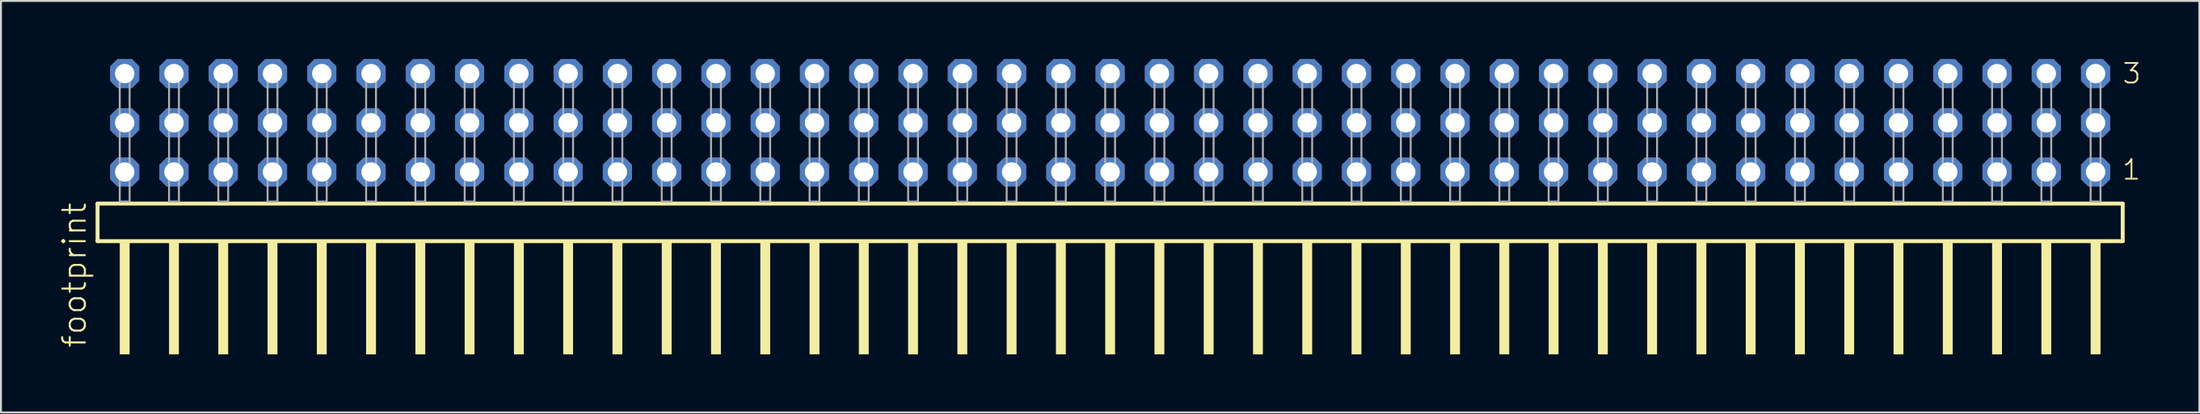
<source format=kicad_pcb>
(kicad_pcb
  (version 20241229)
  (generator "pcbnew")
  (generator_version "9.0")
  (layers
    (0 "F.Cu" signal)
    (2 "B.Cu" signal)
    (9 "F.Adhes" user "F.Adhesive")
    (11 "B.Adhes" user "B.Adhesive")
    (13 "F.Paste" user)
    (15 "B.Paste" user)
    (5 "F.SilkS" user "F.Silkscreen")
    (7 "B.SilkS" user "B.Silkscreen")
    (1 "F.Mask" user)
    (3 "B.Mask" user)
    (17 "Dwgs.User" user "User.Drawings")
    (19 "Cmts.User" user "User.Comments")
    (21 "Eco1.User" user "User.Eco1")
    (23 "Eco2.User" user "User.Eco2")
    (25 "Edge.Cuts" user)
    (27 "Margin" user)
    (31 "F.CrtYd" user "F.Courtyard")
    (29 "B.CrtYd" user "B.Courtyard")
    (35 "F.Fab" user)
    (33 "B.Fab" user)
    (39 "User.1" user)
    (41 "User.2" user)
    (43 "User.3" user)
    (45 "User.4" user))
  (footprint "footprint"
    (layer "F.Cu")
    (at 54.178 7.354)
    (property "Reference" "footprint" (at -52.705 7.62 90) (layer "F.SilkS") (effects (font (size 1.168 1.168) (thickness 0.102)) (justify left bottom)))
    (fp_line (start -52.199 0.106) (end -52.199 2.046) (stroke (width 0.203) (type solid)) (layer "F.SilkS"))
    (fp_line (start -52.199 2.046) (end 52.199 2.046) (stroke (width 0.203) (type solid)) (layer "F.SilkS"))
    (fp_line (start 52.199 0.106) (end -52.199 0.106) (stroke (width 0.203) (type solid)) (layer "F.SilkS"))
    (fp_line (start 52.199 2.046) (end 52.199 0.106) (stroke (width 0.203) (type solid)) (layer "F.SilkS"))
    (fp_poly (pts (xy -51.054 7.89) (xy -50.546 7.89) (xy -50.546 2.04) (xy -51.054 2.04)) (stroke (width 0) (type solid)) (fill yes) (layer "F.SilkS"))
    (fp_poly (pts (xy -48.514 7.89) (xy -48.006 7.89) (xy -48.006 2.04) (xy -48.514 2.04)) (stroke (width 0) (type solid)) (fill yes) (layer "F.SilkS"))
    (fp_poly (pts (xy -45.974 7.89) (xy -45.466 7.89) (xy -45.466 2.04) (xy -45.974 2.04)) (stroke (width 0) (type solid)) (fill yes) (layer "F.SilkS"))
    (fp_poly (pts (xy -43.434 7.89) (xy -42.926 7.89) (xy -42.926 2.04) (xy -43.434 2.04)) (stroke (width 0) (type solid)) (fill yes) (layer "F.SilkS"))
    (fp_poly (pts (xy -40.894 7.89) (xy -40.386 7.89) (xy -40.386 2.04) (xy -40.894 2.04)) (stroke (width 0) (type solid)) (fill yes) (layer "F.SilkS"))
    (fp_poly (pts (xy -38.354 7.89) (xy -37.846 7.89) (xy -37.846 2.04) (xy -38.354 2.04)) (stroke (width 0) (type solid)) (fill yes) (layer "F.SilkS"))
    (fp_poly (pts (xy -35.814 7.89) (xy -35.306 7.89) (xy -35.306 2.04) (xy -35.814 2.04)) (stroke (width 0) (type solid)) (fill yes) (layer "F.SilkS"))
    (fp_poly (pts (xy -33.274 7.89) (xy -32.766 7.89) (xy -32.766 2.04) (xy -33.274 2.04)) (stroke (width 0) (type solid)) (fill yes) (layer "F.SilkS"))
    (fp_poly (pts (xy -30.734 7.89) (xy -30.226 7.89) (xy -30.226 2.04) (xy -30.734 2.04)) (stroke (width 0) (type solid)) (fill yes) (layer "F.SilkS"))
    (fp_poly (pts (xy -28.194 7.89) (xy -27.686 7.89) (xy -27.686 2.04) (xy -28.194 2.04)) (stroke (width 0) (type solid)) (fill yes) (layer "F.SilkS"))
    (fp_poly (pts (xy -25.654 7.89) (xy -25.146 7.89) (xy -25.146 2.04) (xy -25.654 2.04)) (stroke (width 0) (type solid)) (fill yes) (layer "F.SilkS"))
    (fp_poly (pts (xy -23.114 7.89) (xy -22.606 7.89) (xy -22.606 2.04) (xy -23.114 2.04)) (stroke (width 0) (type solid)) (fill yes) (layer "F.SilkS"))
    (fp_poly (pts (xy -20.574 7.89) (xy -20.066 7.89) (xy -20.066 2.04) (xy -20.574 2.04)) (stroke (width 0) (type solid)) (fill yes) (layer "F.SilkS"))
    (fp_poly (pts (xy -18.034 7.89) (xy -17.526 7.89) (xy -17.526 2.04) (xy -18.034 2.04)) (stroke (width 0) (type solid)) (fill yes) (layer "F.SilkS"))
    (fp_poly (pts (xy -15.494 7.89) (xy -14.986 7.89) (xy -14.986 2.04) (xy -15.494 2.04)) (stroke (width 0) (type solid)) (fill yes) (layer "F.SilkS"))
    (fp_poly (pts (xy -12.954 7.89) (xy -12.446 7.89) (xy -12.446 2.04) (xy -12.954 2.04)) (stroke (width 0) (type solid)) (fill yes) (layer "F.SilkS"))
    (fp_poly (pts (xy -10.414 7.89) (xy -9.906 7.89) (xy -9.906 2.04) (xy -10.414 2.04)) (stroke (width 0) (type solid)) (fill yes) (layer "F.SilkS"))
    (fp_poly (pts (xy -7.874 7.89) (xy -7.366 7.89) (xy -7.366 2.04) (xy -7.874 2.04)) (stroke (width 0) (type solid)) (fill yes) (layer "F.SilkS"))
    (fp_poly (pts (xy -5.334 7.89) (xy -4.826 7.89) (xy -4.826 2.04) (xy -5.334 2.04)) (stroke (width 0) (type solid)) (fill yes) (layer "F.SilkS"))
    (fp_poly (pts (xy -2.794 7.89) (xy -2.286 7.89) (xy -2.286 2.04) (xy -2.794 2.04)) (stroke (width 0) (type solid)) (fill yes) (layer "F.SilkS"))
    (fp_poly (pts (xy -0.254 7.89) (xy 0.254 7.89) (xy 0.254 2.04) (xy -0.254 2.04)) (stroke (width 0) (type solid)) (fill yes) (layer "F.SilkS"))
    (fp_poly (pts (xy 2.286 7.89) (xy 2.794 7.89) (xy 2.794 2.04) (xy 2.286 2.04)) (stroke (width 0) (type solid)) (fill yes) (layer "F.SilkS"))
    (fp_poly (pts (xy 4.826 7.89) (xy 5.334 7.89) (xy 5.334 2.04) (xy 4.826 2.04)) (stroke (width 0) (type solid)) (fill yes) (layer "F.SilkS"))
    (fp_poly (pts (xy 7.366 7.89) (xy 7.874 7.89) (xy 7.874 2.04) (xy 7.366 2.04)) (stroke (width 0) (type solid)) (fill yes) (layer "F.SilkS"))
    (fp_poly (pts (xy 9.906 7.89) (xy 10.414 7.89) (xy 10.414 2.04) (xy 9.906 2.04)) (stroke (width 0) (type solid)) (fill yes) (layer "F.SilkS"))
    (fp_poly (pts (xy 12.446 7.89) (xy 12.954 7.89) (xy 12.954 2.04) (xy 12.446 2.04)) (stroke (width 0) (type solid)) (fill yes) (layer "F.SilkS"))
    (fp_poly (pts (xy 14.986 7.89) (xy 15.494 7.89) (xy 15.494 2.04) (xy 14.986 2.04)) (stroke (width 0) (type solid)) (fill yes) (layer "F.SilkS"))
    (fp_poly (pts (xy 17.526 7.89) (xy 18.034 7.89) (xy 18.034 2.04) (xy 17.526 2.04)) (stroke (width 0) (type solid)) (fill yes) (layer "F.SilkS"))
    (fp_poly (pts (xy 20.066 7.89) (xy 20.574 7.89) (xy 20.574 2.04) (xy 20.066 2.04)) (stroke (width 0) (type solid)) (fill yes) (layer "F.SilkS"))
    (fp_poly (pts (xy 22.606 7.89) (xy 23.114 7.89) (xy 23.114 2.04) (xy 22.606 2.04)) (stroke (width 0) (type solid)) (fill yes) (layer "F.SilkS"))
    (fp_poly (pts (xy 25.146 7.89) (xy 25.654 7.89) (xy 25.654 2.04) (xy 25.146 2.04)) (stroke (width 0) (type solid)) (fill yes) (layer "F.SilkS"))
    (fp_poly (pts (xy 27.686 7.89) (xy 28.194 7.89) (xy 28.194 2.04) (xy 27.686 2.04)) (stroke (width 0) (type solid)) (fill yes) (layer "F.SilkS"))
    (fp_poly (pts (xy 30.226 7.89) (xy 30.734 7.89) (xy 30.734 2.04) (xy 30.226 2.04)) (stroke (width 0) (type solid)) (fill yes) (layer "F.SilkS"))
    (fp_poly (pts (xy 32.766 7.89) (xy 33.274 7.89) (xy 33.274 2.04) (xy 32.766 2.04)) (stroke (width 0) (type solid)) (fill yes) (layer "F.SilkS"))
    (fp_poly (pts (xy 35.306 7.89) (xy 35.814 7.89) (xy 35.814 2.04) (xy 35.306 2.04)) (stroke (width 0) (type solid)) (fill yes) (layer "F.SilkS"))
    (fp_poly (pts (xy 37.846 7.89) (xy 38.354 7.89) (xy 38.354 2.04) (xy 37.846 2.04)) (stroke (width 0) (type solid)) (fill yes) (layer "F.SilkS"))
    (fp_poly (pts (xy 40.386 7.89) (xy 40.894 7.89) (xy 40.894 2.04) (xy 40.386 2.04)) (stroke (width 0) (type solid)) (fill yes) (layer "F.SilkS"))
    (fp_poly (pts (xy 42.926 7.89) (xy 43.434 7.89) (xy 43.434 2.04) (xy 42.926 2.04)) (stroke (width 0) (type solid)) (fill yes) (layer "F.SilkS"))
    (fp_poly (pts (xy 45.466 7.89) (xy 45.974 7.89) (xy 45.974 2.04) (xy 45.466 2.04)) (stroke (width 0) (type solid)) (fill yes) (layer "F.SilkS"))
    (fp_poly (pts (xy 48.006 7.89) (xy 48.514 7.89) (xy 48.514 2.04) (xy 48.006 2.04)) (stroke (width 0) (type solid)) (fill yes) (layer "F.SilkS"))
    (fp_poly (pts (xy 50.546 7.89) (xy 51.054 7.89) (xy 51.054 2.04) (xy 50.546 2.04)) (stroke (width 0) (type solid)) (fill yes) (layer "F.SilkS"))
    (fp_poly (pts (xy -51.054 0) (xy -50.546 0) (xy -50.546 -6.858) (xy -51.054 -6.858)) (stroke (width 0.1) (type solid)) (fill no) (layer "F.Fab"))
    (fp_poly (pts (xy -48.514 0) (xy -48.006 0) (xy -48.006 -6.858) (xy -48.514 -6.858)) (stroke (width 0.1) (type solid)) (fill no) (layer "F.Fab"))
    (fp_poly (pts (xy -45.974 0) (xy -45.466 0) (xy -45.466 -6.858) (xy -45.974 -6.858)) (stroke (width 0.1) (type solid)) (fill no) (layer "F.Fab"))
    (fp_poly (pts (xy -43.434 0) (xy -42.926 0) (xy -42.926 -6.858) (xy -43.434 -6.858)) (stroke (width 0.1) (type solid)) (fill no) (layer "F.Fab"))
    (fp_poly (pts (xy -40.894 0) (xy -40.386 0) (xy -40.386 -6.858) (xy -40.894 -6.858)) (stroke (width 0.1) (type solid)) (fill no) (layer "F.Fab"))
    (fp_poly (pts (xy -38.354 0) (xy -37.846 0) (xy -37.846 -6.858) (xy -38.354 -6.858)) (stroke (width 0.1) (type solid)) (fill no) (layer "F.Fab"))
    (fp_poly (pts (xy -35.814 0) (xy -35.306 0) (xy -35.306 -6.858) (xy -35.814 -6.858)) (stroke (width 0.1) (type solid)) (fill no) (layer "F.Fab"))
    (fp_poly (pts (xy -33.274 0) (xy -32.766 0) (xy -32.766 -6.858) (xy -33.274 -6.858)) (stroke (width 0.1) (type solid)) (fill no) (layer "F.Fab"))
    (fp_poly (pts (xy -30.734 0) (xy -30.226 0) (xy -30.226 -6.858) (xy -30.734 -6.858)) (stroke (width 0.1) (type solid)) (fill no) (layer "F.Fab"))
    (fp_poly (pts (xy -28.194 0) (xy -27.686 0) (xy -27.686 -6.858) (xy -28.194 -6.858)) (stroke (width 0.1) (type solid)) (fill no) (layer "F.Fab"))
    (fp_poly (pts (xy -25.654 0) (xy -25.146 0) (xy -25.146 -6.858) (xy -25.654 -6.858)) (stroke (width 0.1) (type solid)) (fill no) (layer "F.Fab"))
    (fp_poly (pts (xy -23.114 0) (xy -22.606 0) (xy -22.606 -6.858) (xy -23.114 -6.858)) (stroke (width 0.1) (type solid)) (fill no) (layer "F.Fab"))
    (fp_poly (pts (xy -20.574 0) (xy -20.066 0) (xy -20.066 -6.858) (xy -20.574 -6.858)) (stroke (width 0.1) (type solid)) (fill no) (layer "F.Fab"))
    (fp_poly (pts (xy -18.034 0) (xy -17.526 0) (xy -17.526 -6.858) (xy -18.034 -6.858)) (stroke (width 0.1) (type solid)) (fill no) (layer "F.Fab"))
    (fp_poly (pts (xy -15.494 0) (xy -14.986 0) (xy -14.986 -6.858) (xy -15.494 -6.858)) (stroke (width 0.1) (type solid)) (fill no) (layer "F.Fab"))
    (fp_poly (pts (xy -12.954 0) (xy -12.446 0) (xy -12.446 -6.858) (xy -12.954 -6.858)) (stroke (width 0.1) (type solid)) (fill no) (layer "F.Fab"))
    (fp_poly (pts (xy -10.414 0) (xy -9.906 0) (xy -9.906 -6.858) (xy -10.414 -6.858)) (stroke (width 0.1) (type solid)) (fill no) (layer "F.Fab"))
    (fp_poly (pts (xy -7.874 0) (xy -7.366 0) (xy -7.366 -6.858) (xy -7.874 -6.858)) (stroke (width 0.1) (type solid)) (fill no) (layer "F.Fab"))
    (fp_poly (pts (xy -5.334 0) (xy -4.826 0) (xy -4.826 -6.858) (xy -5.334 -6.858)) (stroke (width 0.1) (type solid)) (fill no) (layer "F.Fab"))
    (fp_poly (pts (xy -2.794 0) (xy -2.286 0) (xy -2.286 -6.858) (xy -2.794 -6.858)) (stroke (width 0.1) (type solid)) (fill no) (layer "F.Fab"))
    (fp_poly (pts (xy -0.254 0) (xy 0.254 0) (xy 0.254 -6.858) (xy -0.254 -6.858)) (stroke (width 0.1) (type solid)) (fill no) (layer "F.Fab"))
    (fp_poly (pts (xy 2.286 0) (xy 2.794 0) (xy 2.794 -6.858) (xy 2.286 -6.858)) (stroke (width 0.1) (type solid)) (fill no) (layer "F.Fab"))
    (fp_poly (pts (xy 4.826 0) (xy 5.334 0) (xy 5.334 -6.858) (xy 4.826 -6.858)) (stroke (width 0.1) (type solid)) (fill no) (layer "F.Fab"))
    (fp_poly (pts (xy 7.366 0) (xy 7.874 0) (xy 7.874 -6.858) (xy 7.366 -6.858)) (stroke (width 0.1) (type solid)) (fill no) (layer "F.Fab"))
    (fp_poly (pts (xy 9.906 0) (xy 10.414 0) (xy 10.414 -6.858) (xy 9.906 -6.858)) (stroke (width 0.1) (type solid)) (fill no) (layer "F.Fab"))
    (fp_poly (pts (xy 12.446 0) (xy 12.954 0) (xy 12.954 -6.858) (xy 12.446 -6.858)) (stroke (width 0.1) (type solid)) (fill no) (layer "F.Fab"))
    (fp_poly (pts (xy 14.986 0) (xy 15.494 0) (xy 15.494 -6.858) (xy 14.986 -6.858)) (stroke (width 0.1) (type solid)) (fill no) (layer "F.Fab"))
    (fp_poly (pts (xy 17.526 0) (xy 18.034 0) (xy 18.034 -6.858) (xy 17.526 -6.858)) (stroke (width 0.1) (type solid)) (fill no) (layer "F.Fab"))
    (fp_poly (pts (xy 20.066 0) (xy 20.574 0) (xy 20.574 -6.858) (xy 20.066 -6.858)) (stroke (width 0.1) (type solid)) (fill no) (layer "F.Fab"))
    (fp_poly (pts (xy 22.606 0) (xy 23.114 0) (xy 23.114 -6.858) (xy 22.606 -6.858)) (stroke (width 0.1) (type solid)) (fill no) (layer "F.Fab"))
    (fp_poly (pts (xy 25.146 0) (xy 25.654 0) (xy 25.654 -6.858) (xy 25.146 -6.858)) (stroke (width 0.1) (type solid)) (fill no) (layer "F.Fab"))
    (fp_poly (pts (xy 27.686 0) (xy 28.194 0) (xy 28.194 -6.858) (xy 27.686 -6.858)) (stroke (width 0.1) (type solid)) (fill no) (layer "F.Fab"))
    (fp_poly (pts (xy 30.226 0) (xy 30.734 0) (xy 30.734 -6.858) (xy 30.226 -6.858)) (stroke (width 0.1) (type solid)) (fill no) (layer "F.Fab"))
    (fp_poly (pts (xy 32.766 0) (xy 33.274 0) (xy 33.274 -6.858) (xy 32.766 -6.858)) (stroke (width 0.1) (type solid)) (fill no) (layer "F.Fab"))
    (fp_poly (pts (xy 35.306 0) (xy 35.814 0) (xy 35.814 -6.858) (xy 35.306 -6.858)) (stroke (width 0.1) (type solid)) (fill no) (layer "F.Fab"))
    (fp_poly (pts (xy 37.846 0) (xy 38.354 0) (xy 38.354 -6.858) (xy 37.846 -6.858)) (stroke (width 0.1) (type solid)) (fill no) (layer "F.Fab"))
    (fp_poly (pts (xy 40.386 0) (xy 40.894 0) (xy 40.894 -6.858) (xy 40.386 -6.858)) (stroke (width 0.1) (type solid)) (fill no) (layer "F.Fab"))
    (fp_poly (pts (xy 42.926 0) (xy 43.434 0) (xy 43.434 -6.858) (xy 42.926 -6.858)) (stroke (width 0.1) (type solid)) (fill no) (layer "F.Fab"))
    (fp_poly (pts (xy 45.466 0) (xy 45.974 0) (xy 45.974 -6.858) (xy 45.466 -6.858)) (stroke (width 0.1) (type solid)) (fill no) (layer "F.Fab"))
    (fp_poly (pts (xy 48.006 0) (xy 48.514 0) (xy 48.514 -6.858) (xy 48.006 -6.858)) (stroke (width 0.1) (type solid)) (fill no) (layer "F.Fab"))
    (fp_poly (pts (xy 50.546 0) (xy 51.054 0) (xy 51.054 -6.858) (xy 50.546 -6.858)) (stroke (width 0.1) (type solid)) (fill no) (layer "F.Fab"))
    (fp_text user "1" (at 52.11 -1.05 0) (layer "F.SilkS") (effects (font (size 1.012 1.012) (thickness 0.088)) (justify left bottom)))
    (fp_text user "3" (at 52.125 -6.015 0) (layer "F.SilkS") (effects (font (size 1.012 1.012) (thickness 0.088)) (justify left bottom)))
    (pad "1" thru_hole roundrect (at 50.8 -1.524 180) (size 1.5 1.5) (drill 1) (layers "*.Cu" "*.Mask") (roundrect_rratio 0.25) (chamfer_ratio 0.25) (chamfer top_left top_right bottom_left bottom_right))
    (pad "2" thru_hole roundrect (at 50.8 -4.064 180) (size 1.5 1.5) (drill 1) (layers "*.Cu" "*.Mask") (roundrect_rratio 0.25) (chamfer_ratio 0.25) (chamfer top_left top_right bottom_left bottom_right))
    (pad "3" thru_hole roundrect (at 50.8 -6.604 180) (size 1.5 1.5) (drill 1) (layers "*.Cu" "*.Mask") (roundrect_rratio 0.25) (chamfer_ratio 0.25) (chamfer top_left top_right bottom_left bottom_right))
    (pad "4" thru_hole roundrect (at 48.26 -1.524 180) (size 1.5 1.5) (drill 1) (layers "*.Cu" "*.Mask") (roundrect_rratio 0.25) (chamfer_ratio 0.25) (chamfer top_left top_right bottom_left bottom_right))
    (pad "5" thru_hole roundrect (at 48.26 -4.064 180) (size 1.5 1.5) (drill 1) (layers "*.Cu" "*.Mask") (roundrect_rratio 0.25) (chamfer_ratio 0.25) (chamfer top_left top_right bottom_left bottom_right))
    (pad "6" thru_hole roundrect (at 48.26 -6.604 180) (size 1.5 1.5) (drill 1) (layers "*.Cu" "*.Mask") (roundrect_rratio 0.25) (chamfer_ratio 0.25) (chamfer top_left top_right bottom_left bottom_right))
    (pad "7" thru_hole roundrect (at 45.72 -1.524 180) (size 1.5 1.5) (drill 1) (layers "*.Cu" "*.Mask") (roundrect_rratio 0.25) (chamfer_ratio 0.25) (chamfer top_left top_right bottom_left bottom_right))
    (pad "8" thru_hole roundrect (at 45.72 -4.064 180) (size 1.5 1.5) (drill 1) (layers "*.Cu" "*.Mask") (roundrect_rratio 0.25) (chamfer_ratio 0.25) (chamfer top_left top_right bottom_left bottom_right))
    (pad "9" thru_hole roundrect (at 45.72 -6.604 180) (size 1.5 1.5) (drill 1) (layers "*.Cu" "*.Mask") (roundrect_rratio 0.25) (chamfer_ratio 0.25) (chamfer top_left top_right bottom_left bottom_right))
    (pad "10" thru_hole roundrect (at 43.18 -1.524 180) (size 1.5 1.5) (drill 1) (layers "*.Cu" "*.Mask") (roundrect_rratio 0.25) (chamfer_ratio 0.25) (chamfer top_left top_right bottom_left bottom_right))
    (pad "11" thru_hole roundrect (at 43.18 -4.064 180) (size 1.5 1.5) (drill 1) (layers "*.Cu" "*.Mask") (roundrect_rratio 0.25) (chamfer_ratio 0.25) (chamfer top_left top_right bottom_left bottom_right))
    (pad "12" thru_hole roundrect (at 43.18 -6.604 180) (size 1.5 1.5) (drill 1) (layers "*.Cu" "*.Mask") (roundrect_rratio 0.25) (chamfer_ratio 0.25) (chamfer top_left top_right bottom_left bottom_right))
    (pad "13" thru_hole roundrect (at 40.64 -1.524 180) (size 1.5 1.5) (drill 1) (layers "*.Cu" "*.Mask") (roundrect_rratio 0.25) (chamfer_ratio 0.25) (chamfer top_left top_right bottom_left bottom_right))
    (pad "14" thru_hole roundrect (at 40.64 -4.064 180) (size 1.5 1.5) (drill 1) (layers "*.Cu" "*.Mask") (roundrect_rratio 0.25) (chamfer_ratio 0.25) (chamfer top_left top_right bottom_left bottom_right))
    (pad "15" thru_hole roundrect (at 40.64 -6.604 180) (size 1.5 1.5) (drill 1) (layers "*.Cu" "*.Mask") (roundrect_rratio 0.25) (chamfer_ratio 0.25) (chamfer top_left top_right bottom_left bottom_right))
    (pad "16" thru_hole roundrect (at 38.1 -1.524 180) (size 1.5 1.5) (drill 1) (layers "*.Cu" "*.Mask") (roundrect_rratio 0.25) (chamfer_ratio 0.25) (chamfer top_left top_right bottom_left bottom_right))
    (pad "17" thru_hole roundrect (at 38.1 -4.064 180) (size 1.5 1.5) (drill 1) (layers "*.Cu" "*.Mask") (roundrect_rratio 0.25) (chamfer_ratio 0.25) (chamfer top_left top_right bottom_left bottom_right))
    (pad "18" thru_hole roundrect (at 38.1 -6.604 180) (size 1.5 1.5) (drill 1) (layers "*.Cu" "*.Mask") (roundrect_rratio 0.25) (chamfer_ratio 0.25) (chamfer top_left top_right bottom_left bottom_right))
    (pad "19" thru_hole roundrect (at 35.56 -1.524 180) (size 1.5 1.5) (drill 1) (layers "*.Cu" "*.Mask") (roundrect_rratio 0.25) (chamfer_ratio 0.25) (chamfer top_left top_right bottom_left bottom_right))
    (pad "20" thru_hole roundrect (at 35.56 -4.064 180) (size 1.5 1.5) (drill 1) (layers "*.Cu" "*.Mask") (roundrect_rratio 0.25) (chamfer_ratio 0.25) (chamfer top_left top_right bottom_left bottom_right))
    (pad "21" thru_hole roundrect (at 35.56 -6.604 180) (size 1.5 1.5) (drill 1) (layers "*.Cu" "*.Mask") (roundrect_rratio 0.25) (chamfer_ratio 0.25) (chamfer top_left top_right bottom_left bottom_right))
    (pad "22" thru_hole roundrect (at 33.02 -1.524 180) (size 1.5 1.5) (drill 1) (layers "*.Cu" "*.Mask") (roundrect_rratio 0.25) (chamfer_ratio 0.25) (chamfer top_left top_right bottom_left bottom_right))
    (pad "23" thru_hole roundrect (at 33.02 -4.064 180) (size 1.5 1.5) (drill 1) (layers "*.Cu" "*.Mask") (roundrect_rratio 0.25) (chamfer_ratio 0.25) (chamfer top_left top_right bottom_left bottom_right))
    (pad "24" thru_hole roundrect (at 33.02 -6.604 180) (size 1.5 1.5) (drill 1) (layers "*.Cu" "*.Mask") (roundrect_rratio 0.25) (chamfer_ratio 0.25) (chamfer top_left top_right bottom_left bottom_right))
    (pad "25" thru_hole roundrect (at 30.48 -1.524 180) (size 1.5 1.5) (drill 1) (layers "*.Cu" "*.Mask") (roundrect_rratio 0.25) (chamfer_ratio 0.25) (chamfer top_left top_right bottom_left bottom_right))
    (pad "26" thru_hole roundrect (at 30.48 -4.064 180) (size 1.5 1.5) (drill 1) (layers "*.Cu" "*.Mask") (roundrect_rratio 0.25) (chamfer_ratio 0.25) (chamfer top_left top_right bottom_left bottom_right))
    (pad "27" thru_hole roundrect (at 30.48 -6.604 180) (size 1.5 1.5) (drill 1) (layers "*.Cu" "*.Mask") (roundrect_rratio 0.25) (chamfer_ratio 0.25) (chamfer top_left top_right bottom_left bottom_right))
    (pad "28" thru_hole roundrect (at 27.94 -1.524 180) (size 1.5 1.5) (drill 1) (layers "*.Cu" "*.Mask") (roundrect_rratio 0.25) (chamfer_ratio 0.25) (chamfer top_left top_right bottom_left bottom_right))
    (pad "29" thru_hole roundrect (at 27.94 -4.064 180) (size 1.5 1.5) (drill 1) (layers "*.Cu" "*.Mask") (roundrect_rratio 0.25) (chamfer_ratio 0.25) (chamfer top_left top_right bottom_left bottom_right))
    (pad "30" thru_hole roundrect (at 27.94 -6.604 180) (size 1.5 1.5) (drill 1) (layers "*.Cu" "*.Mask") (roundrect_rratio 0.25) (chamfer_ratio 0.25) (chamfer top_left top_right bottom_left bottom_right))
    (pad "31" thru_hole roundrect (at 25.4 -1.524 180) (size 1.5 1.5) (drill 1) (layers "*.Cu" "*.Mask") (roundrect_rratio 0.25) (chamfer_ratio 0.25) (chamfer top_left top_right bottom_left bottom_right))
    (pad "32" thru_hole roundrect (at 25.4 -4.064 180) (size 1.5 1.5) (drill 1) (layers "*.Cu" "*.Mask") (roundrect_rratio 0.25) (chamfer_ratio 0.25) (chamfer top_left top_right bottom_left bottom_right))
    (pad "33" thru_hole roundrect (at 25.4 -6.604 180) (size 1.5 1.5) (drill 1) (layers "*.Cu" "*.Mask") (roundrect_rratio 0.25) (chamfer_ratio 0.25) (chamfer top_left top_right bottom_left bottom_right))
    (pad "34" thru_hole roundrect (at 22.86 -1.524 180) (size 1.5 1.5) (drill 1) (layers "*.Cu" "*.Mask") (roundrect_rratio 0.25) (chamfer_ratio 0.25) (chamfer top_left top_right bottom_left bottom_right))
    (pad "35" thru_hole roundrect (at 22.86 -4.064 180) (size 1.5 1.5) (drill 1) (layers "*.Cu" "*.Mask") (roundrect_rratio 0.25) (chamfer_ratio 0.25) (chamfer top_left top_right bottom_left bottom_right))
    (pad "36" thru_hole roundrect (at 22.86 -6.604 180) (size 1.5 1.5) (drill 1) (layers "*.Cu" "*.Mask") (roundrect_rratio 0.25) (chamfer_ratio 0.25) (chamfer top_left top_right bottom_left bottom_right))
    (pad "37" thru_hole roundrect (at 20.32 -1.524 180) (size 1.5 1.5) (drill 1) (layers "*.Cu" "*.Mask") (roundrect_rratio 0.25) (chamfer_ratio 0.25) (chamfer top_left top_right bottom_left bottom_right))
    (pad "38" thru_hole roundrect (at 20.32 -4.064 180) (size 1.5 1.5) (drill 1) (layers "*.Cu" "*.Mask") (roundrect_rratio 0.25) (chamfer_ratio 0.25) (chamfer top_left top_right bottom_left bottom_right))
    (pad "39" thru_hole roundrect (at 20.32 -6.604 180) (size 1.5 1.5) (drill 1) (layers "*.Cu" "*.Mask") (roundrect_rratio 0.25) (chamfer_ratio 0.25) (chamfer top_left top_right bottom_left bottom_right))
    (pad "40" thru_hole roundrect (at 17.78 -1.524 180) (size 1.5 1.5) (drill 1) (layers "*.Cu" "*.Mask") (roundrect_rratio 0.25) (chamfer_ratio 0.25) (chamfer top_left top_right bottom_left bottom_right))
    (pad "41" thru_hole roundrect (at 17.78 -4.064 180) (size 1.5 1.5) (drill 1) (layers "*.Cu" "*.Mask") (roundrect_rratio 0.25) (chamfer_ratio 0.25) (chamfer top_left top_right bottom_left bottom_right))
    (pad "42" thru_hole roundrect (at 17.78 -6.604 180) (size 1.5 1.5) (drill 1) (layers "*.Cu" "*.Mask") (roundrect_rratio 0.25) (chamfer_ratio 0.25) (chamfer top_left top_right bottom_left bottom_right))
    (pad "43" thru_hole roundrect (at 15.24 -1.524 180) (size 1.5 1.5) (drill 1) (layers "*.Cu" "*.Mask") (roundrect_rratio 0.25) (chamfer_ratio 0.25) (chamfer top_left top_right bottom_left bottom_right))
    (pad "44" thru_hole roundrect (at 15.24 -4.064 180) (size 1.5 1.5) (drill 1) (layers "*.Cu" "*.Mask") (roundrect_rratio 0.25) (chamfer_ratio 0.25) (chamfer top_left top_right bottom_left bottom_right))
    (pad "45" thru_hole roundrect (at 15.24 -6.604 180) (size 1.5 1.5) (drill 1) (layers "*.Cu" "*.Mask") (roundrect_rratio 0.25) (chamfer_ratio 0.25) (chamfer top_left top_right bottom_left bottom_right))
    (pad "46" thru_hole roundrect (at 12.7 -1.524 180) (size 1.5 1.5) (drill 1) (layers "*.Cu" "*.Mask") (roundrect_rratio 0.25) (chamfer_ratio 0.25) (chamfer top_left top_right bottom_left bottom_right))
    (pad "47" thru_hole roundrect (at 12.7 -4.064 180) (size 1.5 1.5) (drill 1) (layers "*.Cu" "*.Mask") (roundrect_rratio 0.25) (chamfer_ratio 0.25) (chamfer top_left top_right bottom_left bottom_right))
    (pad "48" thru_hole roundrect (at 12.7 -6.604 180) (size 1.5 1.5) (drill 1) (layers "*.Cu" "*.Mask") (roundrect_rratio 0.25) (chamfer_ratio 0.25) (chamfer top_left top_right bottom_left bottom_right))
    (pad "49" thru_hole roundrect (at 10.16 -1.524 180) (size 1.5 1.5) (drill 1) (layers "*.Cu" "*.Mask") (roundrect_rratio 0.25) (chamfer_ratio 0.25) (chamfer top_left top_right bottom_left bottom_right))
    (pad "50" thru_hole roundrect (at 10.16 -4.064 180) (size 1.5 1.5) (drill 1) (layers "*.Cu" "*.Mask") (roundrect_rratio 0.25) (chamfer_ratio 0.25) (chamfer top_left top_right bottom_left bottom_right))
    (pad "51" thru_hole roundrect (at 10.16 -6.604 180) (size 1.5 1.5) (drill 1) (layers "*.Cu" "*.Mask") (roundrect_rratio 0.25) (chamfer_ratio 0.25) (chamfer top_left top_right bottom_left bottom_right))
    (pad "52" thru_hole roundrect (at 7.62 -1.524 180) (size 1.5 1.5) (drill 1) (layers "*.Cu" "*.Mask") (roundrect_rratio 0.25) (chamfer_ratio 0.25) (chamfer top_left top_right bottom_left bottom_right))
    (pad "53" thru_hole roundrect (at 7.62 -4.064 180) (size 1.5 1.5) (drill 1) (layers "*.Cu" "*.Mask") (roundrect_rratio 0.25) (chamfer_ratio 0.25) (chamfer top_left top_right bottom_left bottom_right))
    (pad "54" thru_hole roundrect (at 7.62 -6.604 180) (size 1.5 1.5) (drill 1) (layers "*.Cu" "*.Mask") (roundrect_rratio 0.25) (chamfer_ratio 0.25) (chamfer top_left top_right bottom_left bottom_right))
    (pad "55" thru_hole roundrect (at 5.08 -1.524 180) (size 1.5 1.5) (drill 1) (layers "*.Cu" "*.Mask") (roundrect_rratio 0.25) (chamfer_ratio 0.25) (chamfer top_left top_right bottom_left bottom_right))
    (pad "56" thru_hole roundrect (at 5.08 -4.064 180) (size 1.5 1.5) (drill 1) (layers "*.Cu" "*.Mask") (roundrect_rratio 0.25) (chamfer_ratio 0.25) (chamfer top_left top_right bottom_left bottom_right))
    (pad "57" thru_hole roundrect (at 5.08 -6.604 180) (size 1.5 1.5) (drill 1) (layers "*.Cu" "*.Mask") (roundrect_rratio 0.25) (chamfer_ratio 0.25) (chamfer top_left top_right bottom_left bottom_right))
    (pad "58" thru_hole roundrect (at 2.54 -1.524 180) (size 1.5 1.5) (drill 1) (layers "*.Cu" "*.Mask") (roundrect_rratio 0.25) (chamfer_ratio 0.25) (chamfer top_left top_right bottom_left bottom_right))
    (pad "59" thru_hole roundrect (at 2.54 -4.064 180) (size 1.5 1.5) (drill 1) (layers "*.Cu" "*.Mask") (roundrect_rratio 0.25) (chamfer_ratio 0.25) (chamfer top_left top_right bottom_left bottom_right))
    (pad "60" thru_hole roundrect (at 2.54 -6.604 180) (size 1.5 1.5) (drill 1) (layers "*.Cu" "*.Mask") (roundrect_rratio 0.25) (chamfer_ratio 0.25) (chamfer top_left top_right bottom_left bottom_right))
    (pad "61" thru_hole roundrect (at 0 -1.524 180) (size 1.5 1.5) (drill 1) (layers "*.Cu" "*.Mask") (roundrect_rratio 0.25) (chamfer_ratio 0.25) (chamfer top_left top_right bottom_left bottom_right))
    (pad "62" thru_hole roundrect (at 0 -4.064 180) (size 1.5 1.5) (drill 1) (layers "*.Cu" "*.Mask") (roundrect_rratio 0.25) (chamfer_ratio 0.25) (chamfer top_left top_right bottom_left bottom_right))
    (pad "63" thru_hole roundrect (at 0 -6.604 180) (size 1.5 1.5) (drill 1) (layers "*.Cu" "*.Mask") (roundrect_rratio 0.25) (chamfer_ratio 0.25) (chamfer top_left top_right bottom_left bottom_right))
    (pad "64" thru_hole roundrect (at -2.54 -1.524 180) (size 1.5 1.5) (drill 1) (layers "*.Cu" "*.Mask") (roundrect_rratio 0.25) (chamfer_ratio 0.25) (chamfer top_left top_right bottom_left bottom_right))
    (pad "65" thru_hole roundrect (at -2.54 -4.064 180) (size 1.5 1.5) (drill 1) (layers "*.Cu" "*.Mask") (roundrect_rratio 0.25) (chamfer_ratio 0.25) (chamfer top_left top_right bottom_left bottom_right))
    (pad "66" thru_hole roundrect (at -2.54 -6.604 180) (size 1.5 1.5) (drill 1) (layers "*.Cu" "*.Mask") (roundrect_rratio 0.25) (chamfer_ratio 0.25) (chamfer top_left top_right bottom_left bottom_right))
    (pad "67" thru_hole roundrect (at -5.08 -1.524 180) (size 1.5 1.5) (drill 1) (layers "*.Cu" "*.Mask") (roundrect_rratio 0.25) (chamfer_ratio 0.25) (chamfer top_left top_right bottom_left bottom_right))
    (pad "68" thru_hole roundrect (at -5.08 -4.064 180) (size 1.5 1.5) (drill 1) (layers "*.Cu" "*.Mask") (roundrect_rratio 0.25) (chamfer_ratio 0.25) (chamfer top_left top_right bottom_left bottom_right))
    (pad "69" thru_hole roundrect (at -5.08 -6.604 180) (size 1.5 1.5) (drill 1) (layers "*.Cu" "*.Mask") (roundrect_rratio 0.25) (chamfer_ratio 0.25) (chamfer top_left top_right bottom_left bottom_right))
    (pad "70" thru_hole roundrect (at -7.62 -1.524 180) (size 1.5 1.5) (drill 1) (layers "*.Cu" "*.Mask") (roundrect_rratio 0.25) (chamfer_ratio 0.25) (chamfer top_left top_right bottom_left bottom_right))
    (pad "71" thru_hole roundrect (at -7.62 -4.064 180) (size 1.5 1.5) (drill 1) (layers "*.Cu" "*.Mask") (roundrect_rratio 0.25) (chamfer_ratio 0.25) (chamfer top_left top_right bottom_left bottom_right))
    (pad "72" thru_hole roundrect (at -7.62 -6.604 180) (size 1.5 1.5) (drill 1) (layers "*.Cu" "*.Mask") (roundrect_rratio 0.25) (chamfer_ratio 0.25) (chamfer top_left top_right bottom_left bottom_right))
    (pad "73" thru_hole roundrect (at -10.16 -1.524 180) (size 1.5 1.5) (drill 1) (layers "*.Cu" "*.Mask") (roundrect_rratio 0.25) (chamfer_ratio 0.25) (chamfer top_left top_right bottom_left bottom_right))
    (pad "74" thru_hole roundrect (at -10.16 -4.064 180) (size 1.5 1.5) (drill 1) (layers "*.Cu" "*.Mask") (roundrect_rratio 0.25) (chamfer_ratio 0.25) (chamfer top_left top_right bottom_left bottom_right))
    (pad "75" thru_hole roundrect (at -10.16 -6.604 180) (size 1.5 1.5) (drill 1) (layers "*.Cu" "*.Mask") (roundrect_rratio 0.25) (chamfer_ratio 0.25) (chamfer top_left top_right bottom_left bottom_right))
    (pad "76" thru_hole roundrect (at -12.7 -1.524 180) (size 1.5 1.5) (drill 1) (layers "*.Cu" "*.Mask") (roundrect_rratio 0.25) (chamfer_ratio 0.25) (chamfer top_left top_right bottom_left bottom_right))
    (pad "77" thru_hole roundrect (at -12.7 -4.064 180) (size 1.5 1.5) (drill 1) (layers "*.Cu" "*.Mask") (roundrect_rratio 0.25) (chamfer_ratio 0.25) (chamfer top_left top_right bottom_left bottom_right))
    (pad "78" thru_hole roundrect (at -12.7 -6.604 180) (size 1.5 1.5) (drill 1) (layers "*.Cu" "*.Mask") (roundrect_rratio 0.25) (chamfer_ratio 0.25) (chamfer top_left top_right bottom_left bottom_right))
    (pad "79" thru_hole roundrect (at -15.24 -1.524 180) (size 1.5 1.5) (drill 1) (layers "*.Cu" "*.Mask") (roundrect_rratio 0.25) (chamfer_ratio 0.25) (chamfer top_left top_right bottom_left bottom_right))
    (pad "80" thru_hole roundrect (at -15.24 -4.064 180) (size 1.5 1.5) (drill 1) (layers "*.Cu" "*.Mask") (roundrect_rratio 0.25) (chamfer_ratio 0.25) (chamfer top_left top_right bottom_left bottom_right))
    (pad "81" thru_hole roundrect (at -15.24 -6.604 180) (size 1.5 1.5) (drill 1) (layers "*.Cu" "*.Mask") (roundrect_rratio 0.25) (chamfer_ratio 0.25) (chamfer top_left top_right bottom_left bottom_right))
    (pad "82" thru_hole roundrect (at -17.78 -1.524 180) (size 1.5 1.5) (drill 1) (layers "*.Cu" "*.Mask") (roundrect_rratio 0.25) (chamfer_ratio 0.25) (chamfer top_left top_right bottom_left bottom_right))
    (pad "83" thru_hole roundrect (at -17.78 -4.064 180) (size 1.5 1.5) (drill 1) (layers "*.Cu" "*.Mask") (roundrect_rratio 0.25) (chamfer_ratio 0.25) (chamfer top_left top_right bottom_left bottom_right))
    (pad "84" thru_hole roundrect (at -17.78 -6.604 180) (size 1.5 1.5) (drill 1) (layers "*.Cu" "*.Mask") (roundrect_rratio 0.25) (chamfer_ratio 0.25) (chamfer top_left top_right bottom_left bottom_right))
    (pad "85" thru_hole roundrect (at -20.32 -1.524 180) (size 1.5 1.5) (drill 1) (layers "*.Cu" "*.Mask") (roundrect_rratio 0.25) (chamfer_ratio 0.25) (chamfer top_left top_right bottom_left bottom_right))
    (pad "86" thru_hole roundrect (at -20.32 -4.064 180) (size 1.5 1.5) (drill 1) (layers "*.Cu" "*.Mask") (roundrect_rratio 0.25) (chamfer_ratio 0.25) (chamfer top_left top_right bottom_left bottom_right))
    (pad "87" thru_hole roundrect (at -20.32 -6.604 180) (size 1.5 1.5) (drill 1) (layers "*.Cu" "*.Mask") (roundrect_rratio 0.25) (chamfer_ratio 0.25) (chamfer top_left top_right bottom_left bottom_right))
    (pad "88" thru_hole roundrect (at -22.86 -1.524 180) (size 1.5 1.5) (drill 1) (layers "*.Cu" "*.Mask") (roundrect_rratio 0.25) (chamfer_ratio 0.25) (chamfer top_left top_right bottom_left bottom_right))
    (pad "89" thru_hole roundrect (at -22.86 -4.064 180) (size 1.5 1.5) (drill 1) (layers "*.Cu" "*.Mask") (roundrect_rratio 0.25) (chamfer_ratio 0.25) (chamfer top_left top_right bottom_left bottom_right))
    (pad "90" thru_hole roundrect (at -22.86 -6.604 180) (size 1.5 1.5) (drill 1) (layers "*.Cu" "*.Mask") (roundrect_rratio 0.25) (chamfer_ratio 0.25) (chamfer top_left top_right bottom_left bottom_right))
    (pad "91" thru_hole roundrect (at -25.4 -1.524 180) (size 1.5 1.5) (drill 1) (layers "*.Cu" "*.Mask") (roundrect_rratio 0.25) (chamfer_ratio 0.25) (chamfer top_left top_right bottom_left bottom_right))
    (pad "92" thru_hole roundrect (at -25.4 -4.064 180) (size 1.5 1.5) (drill 1) (layers "*.Cu" "*.Mask") (roundrect_rratio 0.25) (chamfer_ratio 0.25) (chamfer top_left top_right bottom_left bottom_right))
    (pad "93" thru_hole roundrect (at -25.4 -6.604 180) (size 1.5 1.5) (drill 1) (layers "*.Cu" "*.Mask") (roundrect_rratio 0.25) (chamfer_ratio 0.25) (chamfer top_left top_right bottom_left bottom_right))
    (pad "94" thru_hole roundrect (at -27.94 -1.524 180) (size 1.5 1.5) (drill 1) (layers "*.Cu" "*.Mask") (roundrect_rratio 0.25) (chamfer_ratio 0.25) (chamfer top_left top_right bottom_left bottom_right))
    (pad "95" thru_hole roundrect (at -27.94 -4.064 180) (size 1.5 1.5) (drill 1) (layers "*.Cu" "*.Mask") (roundrect_rratio 0.25) (chamfer_ratio 0.25) (chamfer top_left top_right bottom_left bottom_right))
    (pad "96" thru_hole roundrect (at -27.94 -6.604 180) (size 1.5 1.5) (drill 1) (layers "*.Cu" "*.Mask") (roundrect_rratio 0.25) (chamfer_ratio 0.25) (chamfer top_left top_right bottom_left bottom_right))
    (pad "97" thru_hole roundrect (at -30.48 -1.524 180) (size 1.5 1.5) (drill 1) (layers "*.Cu" "*.Mask") (roundrect_rratio 0.25) (chamfer_ratio 0.25) (chamfer top_left top_right bottom_left bottom_right))
    (pad "98" thru_hole roundrect (at -30.48 -4.064 180) (size 1.5 1.5) (drill 1) (layers "*.Cu" "*.Mask") (roundrect_rratio 0.25) (chamfer_ratio 0.25) (chamfer top_left top_right bottom_left bottom_right))
    (pad "99" thru_hole roundrect (at -30.48 -6.604 180) (size 1.5 1.5) (drill 1) (layers "*.Cu" "*.Mask") (roundrect_rratio 0.25) (chamfer_ratio 0.25) (chamfer top_left top_right bottom_left bottom_right))
    (pad "100" thru_hole roundrect (at -33.02 -1.524 180) (size 1.5 1.5) (drill 1) (layers "*.Cu" "*.Mask") (roundrect_rratio 0.25) (chamfer_ratio 0.25) (chamfer top_left top_right bottom_left bottom_right))
    (pad "101" thru_hole roundrect (at -33.02 -4.064 180) (size 1.5 1.5) (drill 1) (layers "*.Cu" "*.Mask") (roundrect_rratio 0.25) (chamfer_ratio 0.25) (chamfer top_left top_right bottom_left bottom_right))
    (pad "102" thru_hole roundrect (at -33.02 -6.604 180) (size 1.5 1.5) (drill 1) (layers "*.Cu" "*.Mask") (roundrect_rratio 0.25) (chamfer_ratio 0.25) (chamfer top_left top_right bottom_left bottom_right))
    (pad "103" thru_hole roundrect (at -35.56 -1.524 180) (size 1.5 1.5) (drill 1) (layers "*.Cu" "*.Mask") (roundrect_rratio 0.25) (chamfer_ratio 0.25) (chamfer top_left top_right bottom_left bottom_right))
    (pad "104" thru_hole roundrect (at -35.56 -4.064 180) (size 1.5 1.5) (drill 1) (layers "*.Cu" "*.Mask") (roundrect_rratio 0.25) (chamfer_ratio 0.25) (chamfer top_left top_right bottom_left bottom_right))
    (pad "105" thru_hole roundrect (at -35.56 -6.604 180) (size 1.5 1.5) (drill 1) (layers "*.Cu" "*.Mask") (roundrect_rratio 0.25) (chamfer_ratio 0.25) (chamfer top_left top_right bottom_left bottom_right))
    (pad "106" thru_hole roundrect (at -38.1 -1.524 180) (size 1.5 1.5) (drill 1) (layers "*.Cu" "*.Mask") (roundrect_rratio 0.25) (chamfer_ratio 0.25) (chamfer top_left top_right bottom_left bottom_right))
    (pad "107" thru_hole roundrect (at -38.1 -4.064 180) (size 1.5 1.5) (drill 1) (layers "*.Cu" "*.Mask") (roundrect_rratio 0.25) (chamfer_ratio 0.25) (chamfer top_left top_right bottom_left bottom_right))
    (pad "108" thru_hole roundrect (at -38.1 -6.604 180) (size 1.5 1.5) (drill 1) (layers "*.Cu" "*.Mask") (roundrect_rratio 0.25) (chamfer_ratio 0.25) (chamfer top_left top_right bottom_left bottom_right))
    (pad "109" thru_hole roundrect (at -40.64 -1.524 180) (size 1.5 1.5) (drill 1) (layers "*.Cu" "*.Mask") (roundrect_rratio 0.25) (chamfer_ratio 0.25) (chamfer top_left top_right bottom_left bottom_right))
    (pad "110" thru_hole roundrect (at -40.64 -4.064 180) (size 1.5 1.5) (drill 1) (layers "*.Cu" "*.Mask") (roundrect_rratio 0.25) (chamfer_ratio 0.25) (chamfer top_left top_right bottom_left bottom_right))
    (pad "111" thru_hole roundrect (at -40.64 -6.604 180) (size 1.5 1.5) (drill 1) (layers "*.Cu" "*.Mask") (roundrect_rratio 0.25) (chamfer_ratio 0.25) (chamfer top_left top_right bottom_left bottom_right))
    (pad "112" thru_hole roundrect (at -43.18 -1.524 180) (size 1.5 1.5) (drill 1) (layers "*.Cu" "*.Mask") (roundrect_rratio 0.25) (chamfer_ratio 0.25) (chamfer top_left top_right bottom_left bottom_right))
    (pad "113" thru_hole roundrect (at -43.18 -4.064 180) (size 1.5 1.5) (drill 1) (layers "*.Cu" "*.Mask") (roundrect_rratio 0.25) (chamfer_ratio 0.25) (chamfer top_left top_right bottom_left bottom_right))
    (pad "114" thru_hole roundrect (at -43.18 -6.604 180) (size 1.5 1.5) (drill 1) (layers "*.Cu" "*.Mask") (roundrect_rratio 0.25) (chamfer_ratio 0.25) (chamfer top_left top_right bottom_left bottom_right))
    (pad "115" thru_hole roundrect (at -45.72 -1.524 180) (size 1.5 1.5) (drill 1) (layers "*.Cu" "*.Mask") (roundrect_rratio 0.25) (chamfer_ratio 0.25) (chamfer top_left top_right bottom_left bottom_right))
    (pad "116" thru_hole roundrect (at -45.72 -4.064 180) (size 1.5 1.5) (drill 1) (layers "*.Cu" "*.Mask") (roundrect_rratio 0.25) (chamfer_ratio 0.25) (chamfer top_left top_right bottom_left bottom_right))
    (pad "117" thru_hole roundrect (at -45.72 -6.604 180) (size 1.5 1.5) (drill 1) (layers "*.Cu" "*.Mask") (roundrect_rratio 0.25) (chamfer_ratio 0.25) (chamfer top_left top_right bottom_left bottom_right))
    (pad "118" thru_hole roundrect (at -48.26 -1.524 180) (size 1.5 1.5) (drill 1) (layers "*.Cu" "*.Mask") (roundrect_rratio 0.25) (chamfer_ratio 0.25) (chamfer top_left top_right bottom_left bottom_right))
    (pad "119" thru_hole roundrect (at -48.26 -4.064 180) (size 1.5 1.5) (drill 1) (layers "*.Cu" "*.Mask") (roundrect_rratio 0.25) (chamfer_ratio 0.25) (chamfer top_left top_right bottom_left bottom_right))
    (pad "120" thru_hole roundrect (at -48.26 -6.604 180) (size 1.5 1.5) (drill 1) (layers "*.Cu" "*.Mask") (roundrect_rratio 0.25) (chamfer_ratio 0.25) (chamfer top_left top_right bottom_left bottom_right))
    (pad "121" thru_hole roundrect (at -50.8 -1.524 180) (size 1.5 1.5) (drill 1) (layers "*.Cu" "*.Mask") (roundrect_rratio 0.25) (chamfer_ratio 0.25) (chamfer top_left top_right bottom_left bottom_right))
    (pad "122" thru_hole roundrect (at -50.8 -4.064 180) (size 1.5 1.5) (drill 1) (layers "*.Cu" "*.Mask") (roundrect_rratio 0.25) (chamfer_ratio 0.25) (chamfer top_left top_right bottom_left bottom_right))
    (pad "123" thru_hole roundrect (at -50.8 -6.604 180) (size 1.5 1.5) (drill 1) (layers "*.Cu" "*.Mask") (roundrect_rratio 0.25) (chamfer_ratio 0.25) (chamfer top_left top_right bottom_left bottom_right)))
  (gr_rect
    (start -3 -3)
    (end 110.329 18.244)
    (stroke (width 0.1) (type default))
    (fill no)
    (layer "Edge.Cuts")))
</source>
